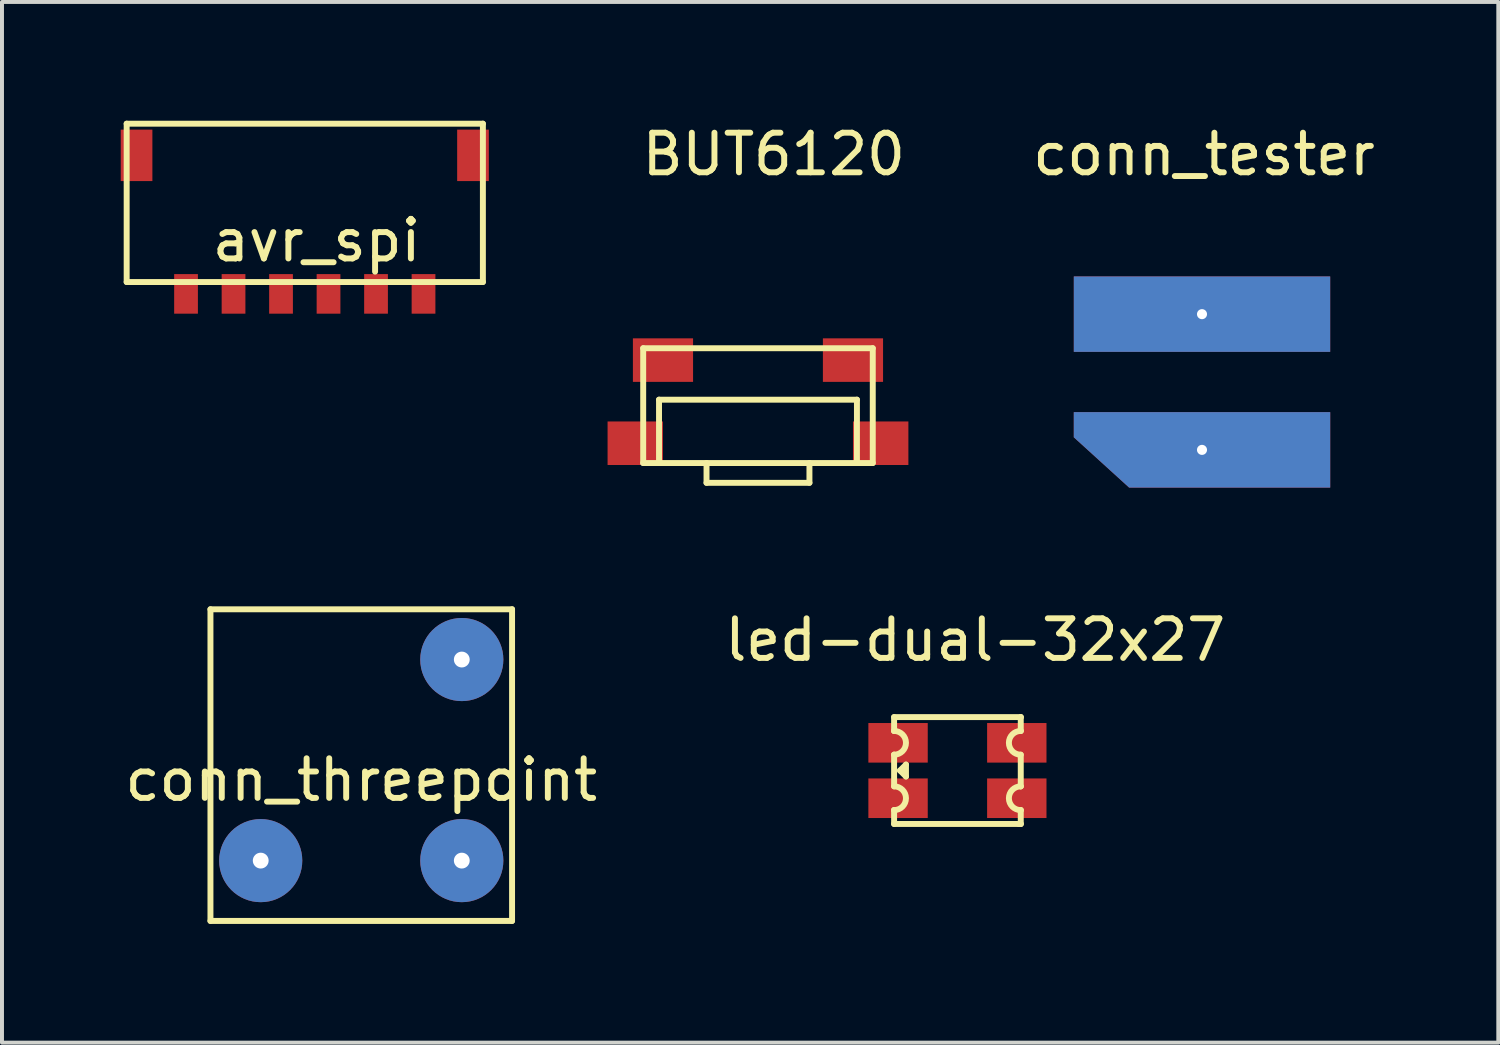
<source format=kicad_pcb>
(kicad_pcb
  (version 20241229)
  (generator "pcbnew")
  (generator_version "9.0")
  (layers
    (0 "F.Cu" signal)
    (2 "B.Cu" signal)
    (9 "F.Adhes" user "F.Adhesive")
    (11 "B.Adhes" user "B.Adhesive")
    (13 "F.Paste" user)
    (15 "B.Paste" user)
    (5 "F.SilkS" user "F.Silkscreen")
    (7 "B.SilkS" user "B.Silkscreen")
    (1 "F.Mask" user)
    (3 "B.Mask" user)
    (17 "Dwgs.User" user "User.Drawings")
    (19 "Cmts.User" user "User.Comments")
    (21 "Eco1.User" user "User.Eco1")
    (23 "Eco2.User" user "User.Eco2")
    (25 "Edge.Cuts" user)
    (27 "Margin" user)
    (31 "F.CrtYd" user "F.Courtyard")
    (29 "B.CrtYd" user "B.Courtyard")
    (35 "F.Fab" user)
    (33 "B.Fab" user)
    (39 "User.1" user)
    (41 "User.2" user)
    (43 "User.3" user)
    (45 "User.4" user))
  (footprint "BUT6120"
    (layer "F.Cu")
    (at 16.1 6.648)
    (property "Reference" "BUT6120" (at 0.4 -5.8 0) (layer "F.SilkS") (effects (font (size 1 1) (thickness 0.15))))
    (attr through_hole)
    (fp_line (start -2.9 -0.9) (end -2.9 2) (stroke (width 0.15) (type solid)) (layer "F.SilkS"))
    (fp_line (start -2.9 2) (end 2.9 2) (stroke (width 0.15) (type solid)) (layer "F.SilkS"))
    (fp_line (start -2.5 0.4) (end 2.5 0.4) (stroke (width 0.15) (type solid)) (layer "F.SilkS"))
    (fp_line (start -2.5 2) (end -2.5 0.4) (stroke (width 0.15) (type solid)) (layer "F.SilkS"))
    (fp_line (start -1.3 2) (end -1.3 2.5) (stroke (width 0.15) (type solid)) (layer "F.SilkS"))
    (fp_line (start -1.3 2.5) (end 1.3 2.5) (stroke (width 0.15) (type solid)) (layer "F.SilkS"))
    (fp_line (start 1.3 2.5) (end 1.3 2) (stroke (width 0.15) (type solid)) (layer "F.SilkS"))
    (fp_line (start 2.5 0.4) (end 2.5 2) (stroke (width 0.15) (type solid)) (layer "F.SilkS"))
    (fp_line (start 2.9 -0.9) (end -2.9 -0.9) (stroke (width 0.15) (type solid)) (layer "F.SilkS"))
    (fp_line (start 2.9 2) (end 2.9 -0.9) (stroke (width 0.15) (type solid)) (layer "F.SilkS"))
    (pad "1" smd rect (at -2.4 -0.6) (size 1.52 1.1) (layers "F.Cu" "F.Mask" "F.Paste"))
    (pad "2" smd rect (at 2.4 -0.6) (size 1.52 1.1) (layers "F.Cu" "F.Mask" "F.Paste"))
    (pad "3" smd rect (at -3.1 1.5) (size 1.4 1.1) (layers "F.Cu" "F.Mask" "F.Paste"))
    (pad "4" smd rect (at 3.1 1.5) (size 1.4 1.1) (layers "F.Cu" "F.Mask" "F.Paste")))
  (footprint "avr_spi"
    (layer "F.Cu")
    (at 4.65 4.375)
    (property "Reference" "avr_spi" (at 0.3 -1.35 0) (layer "F.SilkS") (effects (font (size 1 1) (thickness 0.15))))
    (attr through_hole)
    (fp_line (start -4.5 -4.3) (end -4.5 -0.3) (stroke (width 0.15) (type solid)) (layer "F.SilkS"))
    (fp_line (start -4.5 -0.3) (end 4.5 -0.3) (stroke (width 0.15) (type solid)) (layer "F.SilkS"))
    (fp_line (start 4.5 -4.3) (end -4.5 -4.3) (stroke (width 0.15) (type solid)) (layer "F.SilkS"))
    (fp_line (start 4.5 -0.3) (end 4.5 -4.3) (stroke (width 0.15) (type solid)) (layer "F.SilkS"))
    (pad "1" smd rect (at -3 0) (size 0.6 1) (layers "F.Cu" "F.Mask" "F.Paste"))
    (pad "2" smd rect (at -1.8 0) (size 0.6 1) (layers "F.Cu" "F.Mask" "F.Paste"))
    (pad "3" smd rect (at -0.6 0) (size 0.6 1) (layers "F.Cu" "F.Mask" "F.Paste"))
    (pad "4" smd rect (at 0.6 0) (size 0.6 1) (layers "F.Cu" "F.Mask" "F.Paste"))
    (pad "5" smd rect (at 1.8 0) (size 0.6 1) (layers "F.Cu" "F.Mask" "F.Paste"))
    (pad "6" smd rect (at 3 0) (size 0.6 1) (layers "F.Cu" "F.Mask" "F.Paste"))
    (pad "7" smd rect (at -4.25 -3.5) (size 0.8 1.3) (layers "F.Cu" "F.Mask" "F.Paste"))
    (pad "8" smd rect (at 4.25 -3.5) (size 0.8 1.3) (layers "F.Cu" "F.Mask" "F.Paste")))
  (footprint "conn_tester"
    (layer "F.Cu")
    (at 27.369 7.198)
    (property "Reference" "conn_tester" (at 0 -6.35 0) (layer "F.SilkS") (effects (font (size 1 1) (thickness 0.15))))
    (attr through_hole)
    (pad "1" thru_hole rect (at -0.051 -2.311) (size 6.477 1.905) (drill 0.254) (layers "*.Cu" "*.Mask"))
    (pad "2" thru_hole custom (at -0.051 1.118 180) (size 0.762 0.762) (drill 0.254) (layers "*.Cu" "*.Mask") (options (anchor rect)) (primitives (gr_poly (pts (xy -3.239 0.953) (xy -3.239 -0.953) (xy 1.841 -0.953) (xy 3.239 0.318) (xy 3.239 0.953)) (width 0) (fill yes)))))
  (footprint "conn_threepoint"
    (layer "F.Cu")
    (at 6.077 16.153)
    (property "Reference" "conn_threepoint" (at 0 0.5 0) (layer "F.SilkS") (effects (font (size 1 1) (thickness 0.15))))
    (attr through_hole)
    (fp_line (start -3.81 -3.81) (end -3.81 4.064) (stroke (width 0.15) (type solid)) (layer "F.SilkS"))
    (fp_line (start -3.81 4.064) (end 3.81 4.064) (stroke (width 0.15) (type solid)) (layer "F.SilkS"))
    (fp_line (start 3.81 -3.81) (end -3.81 -3.81) (stroke (width 0.15) (type solid)) (layer "F.SilkS"))
    (fp_line (start 3.81 4.064) (end 3.81 -3.81) (stroke (width 0.15) (type solid)) (layer "F.SilkS"))
    (pad "1" thru_hole circle (at -2.54 2.54) (size 2.1 2.1) (drill 0.4) (layers "*.Cu" "*.Mask"))
    (pad "2" thru_hole circle (at 2.54 2.54) (size 2.1 2.1) (drill 0.4) (layers "*.Cu" "*.Mask"))
    (pad "3" thru_hole circle (at 2.54 -2.54) (size 2.1 2.1) (drill 0.4) (layers "*.Cu" "*.Mask")))
  (footprint "led-dual-32x27"
    (layer "F.Cu")
    (at 21.139 16.417)
    (property "Reference" "led-dual-32x27" (at 0.45 -3.3 0) (layer "F.SilkS") (effects (font (size 1 1) (thickness 0.15))))
    (attr through_hole)
    (fp_line (start -1.6 -1.35) (end -1.6 -1) (stroke (width 0.15) (type solid)) (layer "F.SilkS"))
    (fp_line (start -1.6 -1.35) (end 1.6 -1.35) (stroke (width 0.15) (type solid)) (layer "F.SilkS"))
    (fp_line (start -1.6 -1) (end -1.6 -1) (stroke (width 0.15) (type solid)) (layer "F.SilkS"))
    (fp_line (start -1.6 -0.4) (end -1.6 -0.4) (stroke (width 0.15) (type solid)) (layer "F.SilkS"))
    (fp_line (start -1.6 0.4) (end -1.6 -0.4) (stroke (width 0.15) (type solid)) (layer "F.SilkS"))
    (fp_line (start -1.6 1) (end -1.6 1) (stroke (width 0.15) (type solid)) (layer "F.SilkS"))
    (fp_line (start -1.6 1.35) (end -1.6 1) (stroke (width 0.15) (type solid)) (layer "F.SilkS"))
    (fp_line (start -1.6 1.35) (end 1.55 1.35) (stroke (width 0.15) (type solid)) (layer "F.SilkS"))
    (fp_line (start -1.45 0) (end -1.3 -0.15) (stroke (width 0.15) (type solid)) (layer "F.SilkS"))
    (fp_line (start -1.3 -0.15) (end -1.3 0.15) (stroke (width 0.15) (type solid)) (layer "F.SilkS"))
    (fp_line (start -1.3 0.15) (end -1.45 0) (stroke (width 0.15) (type solid)) (layer "F.SilkS"))
    (fp_line (start 1.55 1.35) (end 1.6 1.35) (stroke (width 0.15) (type solid)) (layer "F.SilkS"))
    (fp_line (start 1.6 -1.35) (end 1.6 -1.35) (stroke (width 0.15) (type solid)) (layer "F.SilkS"))
    (fp_line (start 1.6 -1.35) (end 1.6 -1) (stroke (width 0.15) (type solid)) (layer "F.SilkS"))
    (fp_line (start 1.6 -1) (end 1.6 -1) (stroke (width 0.15) (type solid)) (layer "F.SilkS"))
    (fp_line (start 1.6 -0.4) (end 1.6 0.4) (stroke (width 0.15) (type solid)) (layer "F.SilkS"))
    (fp_line (start 1.6 0.4) (end 1.6 0.4) (stroke (width 0.15) (type solid)) (layer "F.SilkS"))
    (fp_line (start 1.6 1) (end 1.6 1) (stroke (width 0.15) (type solid)) (layer "F.SilkS"))
    (fp_line (start 1.6 1.35) (end 1.6 1) (stroke (width 0.15) (type solid)) (layer "F.SilkS"))
    (fp_line (start 1.6 1.35) (end 1.6 1.35) (stroke (width 0.15) (type solid)) (layer "F.SilkS"))
    (fp_arc (start -1.6 -1) (mid -1.3 -0.7) (end -1.6 -0.4) (stroke (width 0.15) (type solid)) (layer "F.SilkS"))
    (fp_arc (start -1.6 0.4) (mid -1.3 0.7) (end -1.6 1) (stroke (width 0.15) (type solid)) (layer "F.SilkS"))
    (fp_arc (start 1.6 -0.4) (mid 1.3 -0.7) (end 1.6 -1) (stroke (width 0.15) (type solid)) (layer "F.SilkS"))
    (fp_arc (start 1.6 1) (mid 1.3 0.7) (end 1.6 0.4) (stroke (width 0.15) (type solid)) (layer "F.SilkS"))
    (pad "1" smd rect (at 1.5 -0.7) (size 1.5 1) (layers "F.Cu" "F.Mask" "F.Paste"))
    (pad "2" smd rect (at -1.5 -0.7) (size 1.5 1) (layers "F.Cu" "F.Mask" "F.Paste"))
    (pad "3" smd rect (at 1.5 0.7) (size 1.5 1) (layers "F.Cu" "F.Mask" "F.Paste"))
    (pad "4" smd rect (at -1.5 0.7) (size 1.5 1) (layers "F.Cu" "F.Mask" "F.Paste")))
  (gr_rect
    (start -3 -3)
    (end 34.804 23.292)
    (stroke (width 0.1) (type default))
    (fill no)
    (layer "Edge.Cuts")))
</source>
